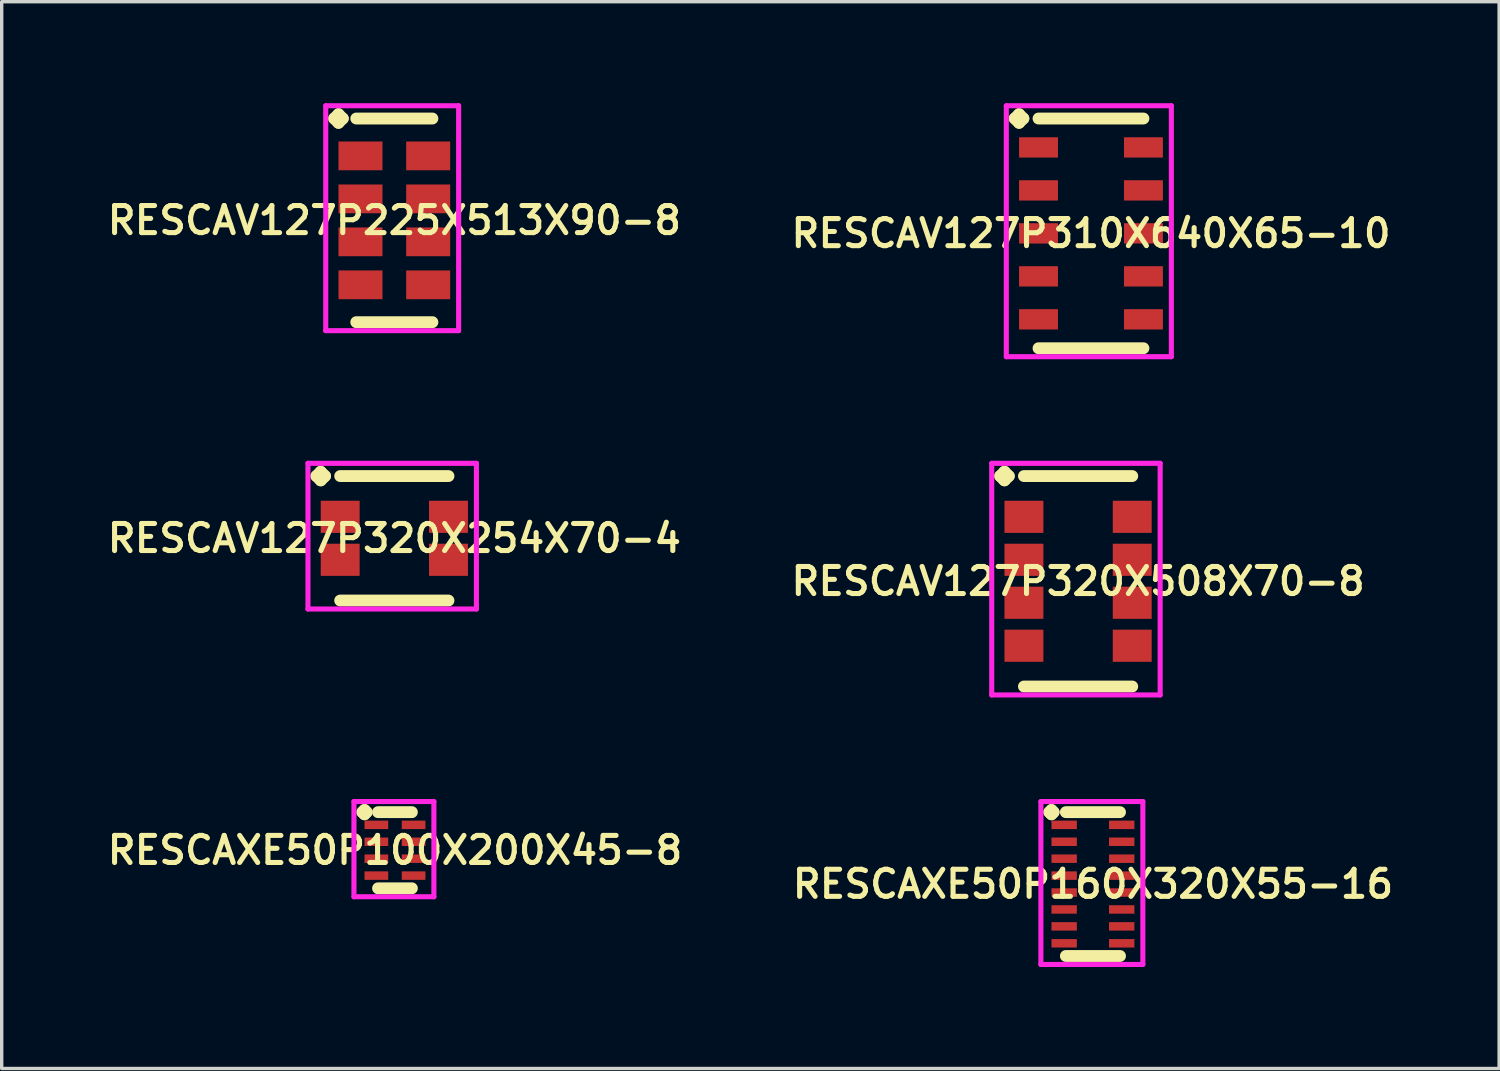
<source format=kicad_pcb>
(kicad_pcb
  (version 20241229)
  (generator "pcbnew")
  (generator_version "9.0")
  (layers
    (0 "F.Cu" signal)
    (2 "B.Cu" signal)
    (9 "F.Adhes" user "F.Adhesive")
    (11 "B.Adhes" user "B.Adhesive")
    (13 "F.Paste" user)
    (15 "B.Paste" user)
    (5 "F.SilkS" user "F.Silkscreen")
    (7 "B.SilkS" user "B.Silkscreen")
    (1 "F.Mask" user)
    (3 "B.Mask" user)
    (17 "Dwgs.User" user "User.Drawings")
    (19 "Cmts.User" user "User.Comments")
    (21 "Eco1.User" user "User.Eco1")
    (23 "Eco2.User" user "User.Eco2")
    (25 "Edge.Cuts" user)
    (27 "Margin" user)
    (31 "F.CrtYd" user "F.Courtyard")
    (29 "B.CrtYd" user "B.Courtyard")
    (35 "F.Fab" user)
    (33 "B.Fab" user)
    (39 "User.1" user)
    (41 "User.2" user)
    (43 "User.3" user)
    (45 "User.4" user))
  (footprint "RESCAXE50P160X320X55-16"
    (layer "F.Cu")
    (at 29.245 23.073)
    (property "Reference" "RESCAXE50P160X320X55-16" (at 0 0 0) (layer "F.SilkS") (effects (font (size 0.8 0.8) (thickness 0.15))))
    (attr smd)
    (fp_line (start -1.288 -2.125) (end -1.225 -2.188) (stroke (width 0.35) (type solid)) (layer "F.SilkS"))
    (fp_line (start -1.225 -2.188) (end -1.163 -2.125) (stroke (width 0.35) (type solid)) (layer "F.SilkS"))
    (fp_line (start -1.225 -2.062) (end -1.288 -2.125) (stroke (width 0.35) (type solid)) (layer "F.SilkS"))
    (fp_line (start -1.163 -2.125) (end -1.225 -2.062) (stroke (width 0.35) (type solid)) (layer "F.SilkS"))
    (fp_line (start -0.8 -2.125) (end 0.8 -2.125) (stroke (width 0.35) (type solid)) (layer "F.SilkS"))
    (fp_line (start -0.8 2.125) (end 0.8 2.125) (stroke (width 0.35) (type solid)) (layer "F.SilkS"))
    (fp_line (start -1.538 -2.438) (end 1.475 -2.438) (stroke (width 0.15) (type solid)) (layer "F.CrtYd"))
    (fp_line (start -1.538 2.375) (end -1.538 -2.438) (stroke (width 0.15) (type solid)) (layer "F.CrtYd"))
    (fp_line (start 1.475 -2.438) (end 1.475 2.375) (stroke (width 0.15) (type solid)) (layer "F.CrtYd"))
    (fp_line (start 1.475 2.375) (end -1.538 2.375) (stroke (width 0.15) (type solid)) (layer "F.CrtYd"))
    (pad "1" smd rect (at -0.85 -1.75) (size 0.75 0.25) (layers "F.Cu" "F.Mask" "F.Paste"))
    (pad "2" smd rect (at -0.85 -1.25) (size 0.75 0.25) (layers "F.Cu" "F.Mask" "F.Paste"))
    (pad "3" smd rect (at -0.85 -0.75) (size 0.75 0.25) (layers "F.Cu" "F.Mask" "F.Paste"))
    (pad "4" smd rect (at -0.85 -0.25) (size 0.75 0.25) (layers "F.Cu" "F.Mask" "F.Paste"))
    (pad "5" smd rect (at -0.85 0.25) (size 0.75 0.25) (layers "F.Cu" "F.Mask" "F.Paste"))
    (pad "6" smd rect (at -0.85 0.75) (size 0.75 0.25) (layers "F.Cu" "F.Mask" "F.Paste"))
    (pad "7" smd rect (at -0.85 1.25) (size 0.75 0.25) (layers "F.Cu" "F.Mask" "F.Paste"))
    (pad "8" smd rect (at -0.85 1.75) (size 0.75 0.25) (layers "F.Cu" "F.Mask" "F.Paste"))
    (pad "9" smd rect (at 0.85 1.75) (size 0.75 0.25) (layers "F.Cu" "F.Mask" "F.Paste"))
    (pad "10" smd rect (at 0.85 1.25) (size 0.75 0.25) (layers "F.Cu" "F.Mask" "F.Paste"))
    (pad "11" smd rect (at 0.85 0.75) (size 0.75 0.25) (layers "F.Cu" "F.Mask" "F.Paste"))
    (pad "12" smd rect (at 0.85 0.25) (size 0.75 0.25) (layers "F.Cu" "F.Mask" "F.Paste"))
    (pad "13" smd rect (at 0.85 -0.25) (size 0.75 0.25) (layers "F.Cu" "F.Mask" "F.Paste"))
    (pad "14" smd rect (at 0.85 -0.75) (size 0.75 0.25) (layers "F.Cu" "F.Mask" "F.Paste"))
    (pad "15" smd rect (at 0.85 -1.25) (size 0.75 0.25) (layers "F.Cu" "F.Mask" "F.Paste"))
    (pad "16" smd rect (at 0.85 -1.75) (size 0.75 0.25) (layers "F.Cu" "F.Mask" "F.Paste")))
  (footprint "RESCAV127P320X254X70-4"
    (layer "F.Cu")
    (at 8.602 12.856)
    (property "Reference" "RESCAV127P320X254X70-4" (at 0 0 0) (layer "F.SilkS") (effects (font (size 0.8 0.8) (thickness 0.15))))
    (attr smd)
    (fp_line (start -2.302 -1.839) (end -2.175 -1.966) (stroke (width 0.35) (type solid)) (layer "F.SilkS"))
    (fp_line (start -2.175 -1.966) (end -2.048 -1.839) (stroke (width 0.35) (type solid)) (layer "F.SilkS"))
    (fp_line (start -2.175 -1.712) (end -2.302 -1.839) (stroke (width 0.35) (type solid)) (layer "F.SilkS"))
    (fp_line (start -2.048 -1.839) (end -2.175 -1.712) (stroke (width 0.35) (type solid)) (layer "F.SilkS"))
    (fp_line (start -1.6 -1.839) (end 1.6 -1.839) (stroke (width 0.35) (type solid)) (layer "F.SilkS"))
    (fp_line (start -1.6 1.839) (end 1.6 1.839) (stroke (width 0.35) (type solid)) (layer "F.SilkS"))
    (fp_line (start -2.552 -2.216) (end 2.425 -2.216) (stroke (width 0.15) (type solid)) (layer "F.CrtYd"))
    (fp_line (start -2.552 2.089) (end -2.552 -2.216) (stroke (width 0.15) (type solid)) (layer "F.CrtYd"))
    (fp_line (start 2.425 -2.216) (end 2.425 2.089) (stroke (width 0.15) (type solid)) (layer "F.CrtYd"))
    (fp_line (start 2.425 2.089) (end -2.552 2.089) (stroke (width 0.15) (type solid)) (layer "F.CrtYd"))
    (pad "1" smd rect (at -1.6 -0.635) (size 1.15 0.95) (layers "F.Cu" "F.Mask" "F.Paste"))
    (pad "2" smd rect (at -1.6 0.635) (size 1.15 0.95) (layers "F.Cu" "F.Mask" "F.Paste"))
    (pad "3" smd rect (at 1.6 0.635) (size 1.15 0.95) (layers "F.Cu" "F.Mask" "F.Paste"))
    (pad "4" smd rect (at 1.6 -0.635) (size 1.15 0.95) (layers "F.Cu" "F.Mask" "F.Paste")))
  (footprint "RESCAV127P225X513X90-8"
    (layer "F.Cu")
    (at 8.602 3.461)
    (property "Reference" "RESCAV127P225X513X90-8" (at 0 0 0) (layer "F.SilkS") (effects (font (size 0.8 0.8) (thickness 0.15))))
    (attr smd)
    (fp_line (start -1.777 -3.009) (end -1.65 -3.136) (stroke (width 0.35) (type solid)) (layer "F.SilkS"))
    (fp_line (start -1.65 -3.136) (end -1.523 -3.009) (stroke (width 0.35) (type solid)) (layer "F.SilkS"))
    (fp_line (start -1.65 -2.882) (end -1.777 -3.009) (stroke (width 0.35) (type solid)) (layer "F.SilkS"))
    (fp_line (start -1.523 -3.009) (end -1.65 -2.882) (stroke (width 0.35) (type solid)) (layer "F.SilkS"))
    (fp_line (start -1.125 -3.009) (end 1.125 -3.009) (stroke (width 0.35) (type solid)) (layer "F.SilkS"))
    (fp_line (start -1.125 3.009) (end 1.125 3.009) (stroke (width 0.35) (type solid)) (layer "F.SilkS"))
    (fp_line (start -2.027 -3.386) (end 1.9 -3.386) (stroke (width 0.15) (type solid)) (layer "F.CrtYd"))
    (fp_line (start -2.027 3.259) (end -2.027 -3.386) (stroke (width 0.15) (type solid)) (layer "F.CrtYd"))
    (fp_line (start 1.9 -3.386) (end 1.9 3.259) (stroke (width 0.15) (type solid)) (layer "F.CrtYd"))
    (fp_line (start 1.9 3.259) (end -2.027 3.259) (stroke (width 0.15) (type solid)) (layer "F.CrtYd"))
    (pad "1" smd rect (at -1 -1.905) (size 1.3 0.85) (layers "F.Cu" "F.Mask" "F.Paste"))
    (pad "2" smd rect (at -1 -0.635) (size 1.3 0.85) (layers "F.Cu" "F.Mask" "F.Paste"))
    (pad "3" smd rect (at -1 0.635) (size 1.3 0.85) (layers "F.Cu" "F.Mask" "F.Paste"))
    (pad "4" smd rect (at -1 1.905) (size 1.3 0.85) (layers "F.Cu" "F.Mask" "F.Paste"))
    (pad "5" smd rect (at 1 1.905) (size 1.3 0.85) (layers "F.Cu" "F.Mask" "F.Paste"))
    (pad "6" smd rect (at 1 0.635) (size 1.3 0.85) (layers "F.Cu" "F.Mask" "F.Paste"))
    (pad "7" smd rect (at 1 -0.635) (size 1.3 0.85) (layers "F.Cu" "F.Mask" "F.Paste"))
    (pad "8" smd rect (at 1 -1.905) (size 1.3 0.85) (layers "F.Cu" "F.Mask" "F.Paste")))
  (footprint "RESCAV127P320X508X70-8"
    (layer "F.Cu")
    (at 28.806 14.126)
    (property "Reference" "RESCAV127P320X508X70-8" (at 0 0 0) (layer "F.SilkS") (effects (font (size 0.8 0.8) (thickness 0.15))))
    (attr smd)
    (fp_line (start -2.302 -3.109) (end -2.175 -3.236) (stroke (width 0.35) (type solid)) (layer "F.SilkS"))
    (fp_line (start -2.175 -3.236) (end -2.048 -3.109) (stroke (width 0.35) (type solid)) (layer "F.SilkS"))
    (fp_line (start -2.175 -2.982) (end -2.302 -3.109) (stroke (width 0.35) (type solid)) (layer "F.SilkS"))
    (fp_line (start -2.048 -3.109) (end -2.175 -2.982) (stroke (width 0.35) (type solid)) (layer "F.SilkS"))
    (fp_line (start -1.6 -3.109) (end 1.6 -3.109) (stroke (width 0.35) (type solid)) (layer "F.SilkS"))
    (fp_line (start -1.6 3.109) (end 1.6 3.109) (stroke (width 0.35) (type solid)) (layer "F.SilkS"))
    (fp_line (start -2.552 -3.486) (end 2.425 -3.486) (stroke (width 0.15) (type solid)) (layer "F.CrtYd"))
    (fp_line (start -2.552 3.359) (end -2.552 -3.486) (stroke (width 0.15) (type solid)) (layer "F.CrtYd"))
    (fp_line (start 2.425 -3.486) (end 2.425 3.359) (stroke (width 0.15) (type solid)) (layer "F.CrtYd"))
    (fp_line (start 2.425 3.359) (end -2.552 3.359) (stroke (width 0.15) (type solid)) (layer "F.CrtYd"))
    (pad "1" smd rect (at -1.6 -1.905) (size 1.15 0.95) (layers "F.Cu" "F.Mask" "F.Paste"))
    (pad "2" smd rect (at -1.6 -0.635) (size 1.15 0.95) (layers "F.Cu" "F.Mask" "F.Paste"))
    (pad "3" smd rect (at -1.6 0.635) (size 1.15 0.95) (layers "F.Cu" "F.Mask" "F.Paste"))
    (pad "4" smd rect (at -1.6 1.905) (size 1.15 0.95) (layers "F.Cu" "F.Mask" "F.Paste"))
    (pad "5" smd rect (at 1.6 1.905) (size 1.15 0.95) (layers "F.Cu" "F.Mask" "F.Paste"))
    (pad "6" smd rect (at 1.6 0.635) (size 1.15 0.95) (layers "F.Cu" "F.Mask" "F.Paste"))
    (pad "7" smd rect (at 1.6 -0.635) (size 1.15 0.95) (layers "F.Cu" "F.Mask" "F.Paste"))
    (pad "8" smd rect (at 1.6 -1.905) (size 1.15 0.95) (layers "F.Cu" "F.Mask" "F.Paste")))
  (footprint "RESCAXE50P100X200X45-8"
    (layer "F.Cu")
    (at 8.621 22.073)
    (property "Reference" "RESCAXE50P100X200X45-8" (at 0 0 0) (layer "F.SilkS") (effects (font (size 0.8 0.8) (thickness 0.15))))
    (attr smd)
    (fp_line (start -0.963 -1.125) (end -0.9 -1.188) (stroke (width 0.35) (type solid)) (layer "F.SilkS"))
    (fp_line (start -0.9 -1.188) (end -0.838 -1.125) (stroke (width 0.35) (type solid)) (layer "F.SilkS"))
    (fp_line (start -0.9 -1.062) (end -0.963 -1.125) (stroke (width 0.35) (type solid)) (layer "F.SilkS"))
    (fp_line (start -0.838 -1.125) (end -0.9 -1.062) (stroke (width 0.35) (type solid)) (layer "F.SilkS"))
    (fp_line (start -0.5 -1.125) (end 0.5 -1.125) (stroke (width 0.35) (type solid)) (layer "F.SilkS"))
    (fp_line (start -0.5 1.125) (end 0.5 1.125) (stroke (width 0.35) (type solid)) (layer "F.SilkS"))
    (fp_line (start -1.212 -1.438) (end 1.15 -1.438) (stroke (width 0.15) (type solid)) (layer "F.CrtYd"))
    (fp_line (start -1.212 1.375) (end -1.212 -1.438) (stroke (width 0.15) (type solid)) (layer "F.CrtYd"))
    (fp_line (start 1.15 -1.438) (end 1.15 1.375) (stroke (width 0.15) (type solid)) (layer "F.CrtYd"))
    (fp_line (start 1.15 1.375) (end -1.212 1.375) (stroke (width 0.15) (type solid)) (layer "F.CrtYd"))
    (pad "1" smd rect (at -0.55 -0.75) (size 0.7 0.25) (layers "F.Cu" "F.Mask" "F.Paste"))
    (pad "2" smd rect (at -0.55 -0.25) (size 0.7 0.25) (layers "F.Cu" "F.Mask" "F.Paste"))
    (pad "3" smd rect (at -0.55 0.25) (size 0.7 0.25) (layers "F.Cu" "F.Mask" "F.Paste"))
    (pad "4" smd rect (at -0.55 0.75) (size 0.7 0.25) (layers "F.Cu" "F.Mask" "F.Paste"))
    (pad "5" smd rect (at 0.55 0.75) (size 0.7 0.25) (layers "F.Cu" "F.Mask" "F.Paste"))
    (pad "6" smd rect (at 0.55 0.25) (size 0.7 0.25) (layers "F.Cu" "F.Mask" "F.Paste"))
    (pad "7" smd rect (at 0.55 -0.25) (size 0.7 0.25) (layers "F.Cu" "F.Mask" "F.Paste"))
    (pad "8" smd rect (at 0.55 -0.75) (size 0.7 0.25) (layers "F.Cu" "F.Mask" "F.Paste")))
  (footprint "RESCAV127P310X640X65-10"
    (layer "F.Cu")
    (at 29.187 3.846)
    (property "Reference" "RESCAV127P310X640X65-10" (at 0 0 0) (layer "F.SilkS") (effects (font (size 0.8 0.8) (thickness 0.15))))
    (attr smd)
    (fp_line (start -2.252 -3.394) (end -2.125 -3.521) (stroke (width 0.35) (type solid)) (layer "F.SilkS"))
    (fp_line (start -2.125 -3.521) (end -1.998 -3.394) (stroke (width 0.35) (type solid)) (layer "F.SilkS"))
    (fp_line (start -2.125 -3.267) (end -2.252 -3.394) (stroke (width 0.35) (type solid)) (layer "F.SilkS"))
    (fp_line (start -1.998 -3.394) (end -2.125 -3.267) (stroke (width 0.35) (type solid)) (layer "F.SilkS"))
    (fp_line (start -1.55 -3.394) (end 1.55 -3.394) (stroke (width 0.35) (type solid)) (layer "F.SilkS"))
    (fp_line (start -1.55 3.394) (end 1.55 3.394) (stroke (width 0.35) (type solid)) (layer "F.SilkS"))
    (fp_line (start -2.502 -3.771) (end 2.375 -3.771) (stroke (width 0.15) (type solid)) (layer "F.CrtYd"))
    (fp_line (start -2.502 3.644) (end -2.502 -3.771) (stroke (width 0.15) (type solid)) (layer "F.CrtYd"))
    (fp_line (start 2.375 -3.771) (end 2.375 3.644) (stroke (width 0.15) (type solid)) (layer "F.CrtYd"))
    (fp_line (start 2.375 3.644) (end -2.502 3.644) (stroke (width 0.15) (type solid)) (layer "F.CrtYd"))
    (pad "1" smd rect (at -1.55 -2.54) (size 1.15 0.6) (layers "F.Cu" "F.Mask" "F.Paste"))
    (pad "2" smd rect (at -1.55 -1.27) (size 1.15 0.6) (layers "F.Cu" "F.Mask" "F.Paste"))
    (pad "3" smd rect (at -1.55 0) (size 1.15 0.6) (layers "F.Cu" "F.Mask" "F.Paste"))
    (pad "4" smd rect (at -1.55 1.27) (size 1.15 0.6) (layers "F.Cu" "F.Mask" "F.Paste"))
    (pad "5" smd rect (at -1.55 2.54) (size 1.15 0.6) (layers "F.Cu" "F.Mask" "F.Paste"))
    (pad "6" smd rect (at 1.55 2.54) (size 1.15 0.6) (layers "F.Cu" "F.Mask" "F.Paste"))
    (pad "7" smd rect (at 1.55 1.27) (size 1.15 0.6) (layers "F.Cu" "F.Mask" "F.Paste"))
    (pad "8" smd rect (at 1.55 0) (size 1.15 0.6) (layers "F.Cu" "F.Mask" "F.Paste"))
    (pad "9" smd rect (at 1.55 -1.27) (size 1.15 0.6) (layers "F.Cu" "F.Mask" "F.Paste"))
    (pad "10" smd rect (at 1.55 -2.54) (size 1.15 0.6) (layers "F.Cu" "F.Mask" "F.Paste")))
  (gr_rect
    (start -3 -3)
    (end 41.247 28.523)
    (stroke (width 0.1) (type default))
    (fill no)
    (layer "Edge.Cuts")))
</source>
